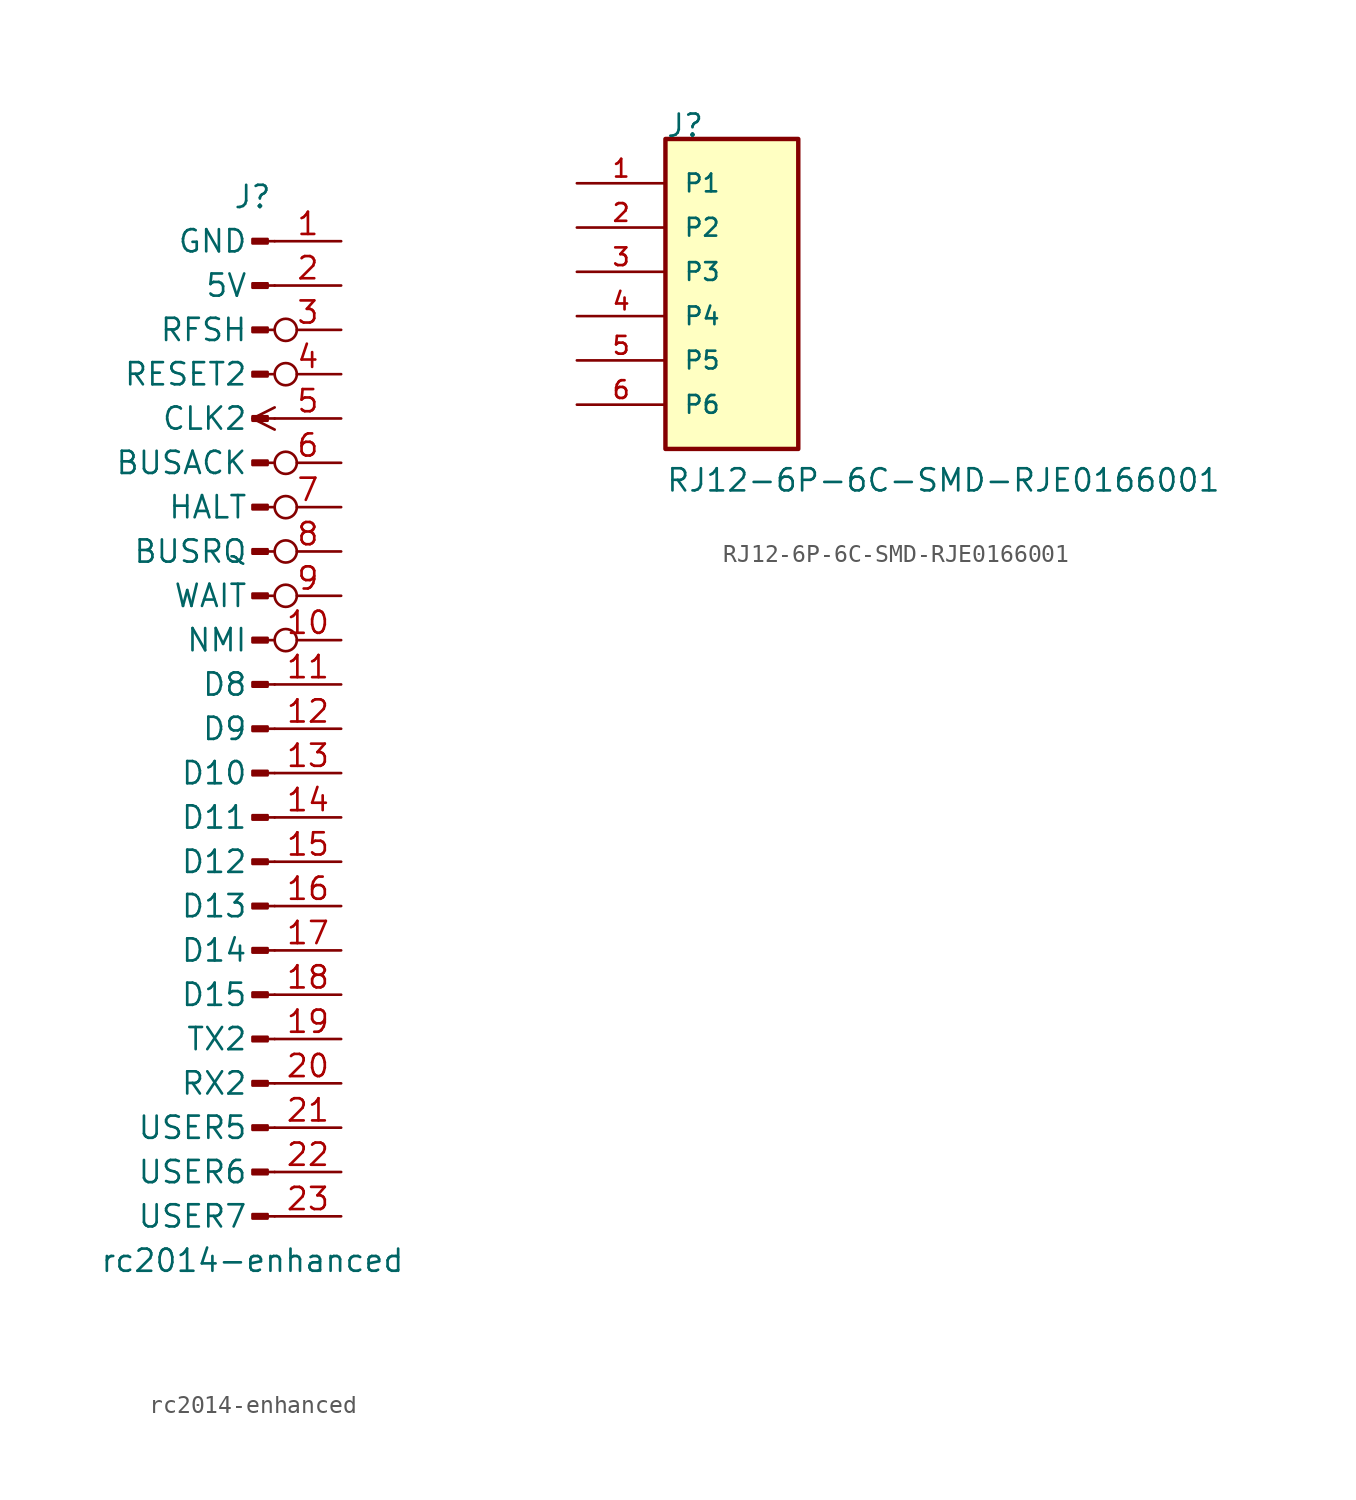
<source format=kicad_sym>
(kicad_symbol_lib
  (version 20220914)
  (generator kicad_symbol_editor)
  (symbol "rc2014-enhanced"
    (pin_names
      (offset 1.524))
    (property "Reference" "J"
      (at 0 30.48 0)
      (effects (font (size 1.27 1.27))))
    (property "Value" "rc2014-enhanced"
      (at 0 -30.48 0)
      (effects (font (size 1.27 1.27))))
    (symbol "rc2014-enhanced_1_1"
      (polyline (pts (xy 1.27 -27.94) (xy 0.864 -27.94)) (stroke (width 0.152) (type default) (color 0 0 0 0)) (fill (type none)))
      (polyline (pts (xy 1.27 -25.4) (xy 0.864 -25.4)) (stroke (width 0.152) (type default) (color 0 0 0 0)) (fill (type none)))
      (polyline (pts (xy 1.27 -22.86) (xy 0.864 -22.86)) (stroke (width 0.152) (type default) (color 0 0 0 0)) (fill (type none)))
      (polyline (pts (xy 1.27 -20.32) (xy 0.864 -20.32)) (stroke (width 0.152) (type default) (color 0 0 0 0)) (fill (type none)))
      (polyline (pts (xy 1.27 -17.78) (xy 0.864 -17.78)) (stroke (width 0.152) (type default) (color 0 0 0 0)) (fill (type none)))
      (polyline (pts (xy 1.27 -15.24) (xy 0.864 -15.24)) (stroke (width 0.152) (type default) (color 0 0 0 0)) (fill (type none)))
      (polyline (pts (xy 1.27 -12.7) (xy 0.864 -12.7)) (stroke (width 0.152) (type default) (color 0 0 0 0)) (fill (type none)))
      (polyline (pts (xy 1.27 -10.16) (xy 0.864 -10.16)) (stroke (width 0.152) (type default) (color 0 0 0 0)) (fill (type none)))
      (polyline (pts (xy 1.27 -7.62) (xy 0.864 -7.62)) (stroke (width 0.152) (type default) (color 0 0 0 0)) (fill (type none)))
      (polyline (pts (xy 1.27 -5.08) (xy 0.864 -5.08)) (stroke (width 0.152) (type default) (color 0 0 0 0)) (fill (type none)))
      (polyline (pts (xy 1.27 -2.54) (xy 0.864 -2.54)) (stroke (width 0.152) (type default) (color 0 0 0 0)) (fill (type none)))
      (polyline (pts (xy 1.27 0) (xy 0.864 0)) (stroke (width 0.152) (type default) (color 0 0 0 0)) (fill (type none)))
      (polyline (pts (xy 1.27 2.54) (xy 0.864 2.54)) (stroke (width 0.152) (type default) (color 0 0 0 0)) (fill (type none)))
      (polyline (pts (xy 1.27 5.08) (xy 0.864 5.08)) (stroke (width 0.152) (type default) (color 0 0 0 0)) (fill (type none)))
      (polyline (pts (xy 1.27 7.62) (xy 0.864 7.62)) (stroke (width 0.152) (type default) (color 0 0 0 0)) (fill (type none)))
      (polyline (pts (xy 1.27 10.16) (xy 0.864 10.16)) (stroke (width 0.152) (type default) (color 0 0 0 0)) (fill (type none)))
      (polyline (pts (xy 1.27 12.7) (xy 0.864 12.7)) (stroke (width 0.152) (type default) (color 0 0 0 0)) (fill (type none)))
      (polyline (pts (xy 1.27 15.24) (xy 0.864 15.24)) (stroke (width 0.152) (type default) (color 0 0 0 0)) (fill (type none)))
      (polyline (pts (xy 1.27 17.78) (xy 0.864 17.78)) (stroke (width 0.152) (type default) (color 0 0 0 0)) (fill (type none)))
      (polyline (pts (xy 1.27 20.32) (xy 0.864 20.32)) (stroke (width 0.152) (type default) (color 0 0 0 0)) (fill (type none)))
      (polyline (pts (xy 1.27 22.86) (xy 0.864 22.86)) (stroke (width 0.152) (type default) (color 0 0 0 0)) (fill (type none)))
      (polyline (pts (xy 1.27 25.4) (xy 0.864 25.4)) (stroke (width 0.152) (type default) (color 0 0 0 0)) (fill (type none)))
      (polyline (pts (xy 1.27 27.94) (xy 0.864 27.94)) (stroke (width 0.152) (type default) (color 0 0 0 0)) (fill (type none)))
      (rectangle (start 0.864 -27.813) (end 0 -28.067) (stroke (width 0.152) (type default) (color 0 0 0 0)) (fill (type outline)))
      (rectangle (start 0.864 -25.273) (end 0 -25.527) (stroke (width 0.152) (type default) (color 0 0 0 0)) (fill (type outline)))
      (rectangle (start 0.864 -22.733) (end 0 -22.987) (stroke (width 0.152) (type default) (color 0 0 0 0)) (fill (type outline)))
      (rectangle (start 0.864 -20.193) (end 0 -20.447) (stroke (width 0.152) (type default) (color 0 0 0 0)) (fill (type outline)))
      (rectangle (start 0.864 -17.653) (end 0 -17.907) (stroke (width 0.152) (type default) (color 0 0 0 0)) (fill (type outline)))
      (rectangle (start 0.864 -15.113) (end 0 -15.367) (stroke (width 0.152) (type default) (color 0 0 0 0)) (fill (type outline)))
      (rectangle (start 0.864 -12.573) (end 0 -12.827) (stroke (width 0.152) (type default) (color 0 0 0 0)) (fill (type outline)))
      (rectangle (start 0.864 -10.033) (end 0 -10.287) (stroke (width 0.152) (type default) (color 0 0 0 0)) (fill (type outline)))
      (rectangle (start 0.864 -7.493) (end 0 -7.747) (stroke (width 0.152) (type default) (color 0 0 0 0)) (fill (type outline)))
      (rectangle (start 0.864 -4.953) (end 0 -5.207) (stroke (width 0.152) (type default) (color 0 0 0 0)) (fill (type outline)))
      (rectangle (start 0.864 -2.413) (end 0 -2.667) (stroke (width 0.152) (type default) (color 0 0 0 0)) (fill (type outline)))
      (rectangle (start 0.864 0.127) (end 0 -0.127) (stroke (width 0.152) (type default) (color 0 0 0 0)) (fill (type outline)))
      (rectangle (start 0.864 2.667) (end 0 2.413) (stroke (width 0.152) (type default) (color 0 0 0 0)) (fill (type outline)))
      (rectangle (start 0.864 5.207) (end 0 4.953) (stroke (width 0.152) (type default) (color 0 0 0 0)) (fill (type outline)))
      (rectangle (start 0.864 7.747) (end 0 7.493) (stroke (width 0.152) (type default) (color 0 0 0 0)) (fill (type outline)))
      (rectangle (start 0.864 10.287) (end 0 10.033) (stroke (width 0.152) (type default) (color 0 0 0 0)) (fill (type outline)))
      (rectangle (start 0.864 12.827) (end 0 12.573) (stroke (width 0.152) (type default) (color 0 0 0 0)) (fill (type outline)))
      (rectangle (start 0.864 15.367) (end 0 15.113) (stroke (width 0.152) (type default) (color 0 0 0 0)) (fill (type outline)))
      (rectangle (start 0.864 17.907) (end 0 17.653) (stroke (width 0.152) (type default) (color 0 0 0 0)) (fill (type outline)))
      (rectangle (start 0.864 20.447) (end 0 20.193) (stroke (width 0.152) (type default) (color 0 0 0 0)) (fill (type outline)))
      (rectangle (start 0.864 22.987) (end 0 22.733) (stroke (width 0.152) (type default) (color 0 0 0 0)) (fill (type outline)))
      (rectangle (start 0.864 25.527) (end 0 25.273) (stroke (width 0.152) (type default) (color 0 0 0 0)) (fill (type outline)))
      (rectangle (start 0.864 28.067) (end 0 27.813) (stroke (width 0.152) (type default) (color 0 0 0 0)) (fill (type outline)))
      (pin passive line (at 5.08 27.94 180) (length 3.81) (name "GND" (effects (font (size 1.27 1.27)))) (number "1" (effects (font (size 1.27 1.27)))))
      (pin output inverted (at 5.08 5.08 180) (length 3.81) (name "NMI" (effects (font (size 1.27 1.27)))) (number "10" (effects (font (size 1.27 1.27)))))
      (pin bidirectional line (at 5.08 2.54 180) (length 3.81) (name "D8" (effects (font (size 1.27 1.27)))) (number "11" (effects (font (size 1.27 1.27)))))
      (pin bidirectional line (at 5.08 0 180) (length 3.81) (name "D9" (effects (font (size 1.27 1.27)))) (number "12" (effects (font (size 1.27 1.27)))))
      (pin bidirectional line (at 5.08 -2.54 180) (length 3.81) (name "D10" (effects (font (size 1.27 1.27)))) (number "13" (effects (font (size 1.27 1.27)))))
      (pin bidirectional line (at 5.08 -5.08 180) (length 3.81) (name "D11" (effects (font (size 1.27 1.27)))) (number "14" (effects (font (size 1.27 1.27)))))
      (pin bidirectional line (at 5.08 -7.62 180) (length 3.81) (name "D12" (effects (font (size 1.27 1.27)))) (number "15" (effects (font (size 1.27 1.27)))))
      (pin bidirectional line (at 5.08 -10.16 180) (length 3.81) (name "D13" (effects (font (size 1.27 1.27)))) (number "16" (effects (font (size 1.27 1.27)))))
      (pin bidirectional line (at 5.08 -12.7 180) (length 3.81) (name "D14" (effects (font (size 1.27 1.27)))) (number "17" (effects (font (size 1.27 1.27)))))
      (pin bidirectional line (at 5.08 -15.24 180) (length 3.81) (name "D15" (effects (font (size 1.27 1.27)))) (number "18" (effects (font (size 1.27 1.27)))))
      (pin input line (at 5.08 -17.78 180) (length 3.81) (name "TX2" (effects (font (size 1.27 1.27)))) (number "19" (effects (font (size 1.27 1.27)))))
      (pin power_out line (at 5.08 25.4 180) (length 3.81) (name "5V" (effects (font (size 1.27 1.27)))) (number "2" (effects (font (size 1.27 1.27)))))
      (pin output line (at 5.08 -20.32 180) (length 3.81) (name "RX2" (effects (font (size 1.27 1.27)))) (number "20" (effects (font (size 1.27 1.27)))))
      (pin bidirectional line (at 5.08 -22.86 180) (length 3.81) (name "USER5" (effects (font (size 1.27 1.27)))) (number "21" (effects (font (size 1.27 1.27)))))
      (pin bidirectional line (at 5.08 -25.4 180) (length 3.81) (name "USER6" (effects (font (size 1.27 1.27)))) (number "22" (effects (font (size 1.27 1.27)))))
      (pin bidirectional line (at 5.08 -27.94 180) (length 3.81) (name "USER7" (effects (font (size 1.27 1.27)))) (number "23" (effects (font (size 1.27 1.27)))))
      (pin input inverted (at 5.08 22.86 180) (length 3.81) (name "RFSH" (effects (font (size 1.27 1.27)))) (number "3" (effects (font (size 1.27 1.27)))))
      (pin bidirectional inverted (at 5.08 20.32 180) (length 3.81) (name "RESET2" (effects (font (size 1.27 1.27)))) (number "4" (effects (font (size 1.27 1.27)))))
      (pin input clock (at 5.08 17.78 180) (length 3.81) (name "CLK2" (effects (font (size 1.27 1.27)))) (number "5" (effects (font (size 1.27 1.27)))))
      (pin input inverted (at 5.08 15.24 180) (length 3.81) (name "BUSACK" (effects (font (size 1.27 1.27)))) (number "6" (effects (font (size 1.27 1.27)))))
      (pin output inverted (at 5.08 12.7 180) (length 3.81) (name "HALT" (effects (font (size 1.27 1.27)))) (number "7" (effects (font (size 1.27 1.27)))))
      (pin output inverted (at 5.08 10.16 180) (length 3.81) (name "BUSRQ" (effects (font (size 1.27 1.27)))) (number "8" (effects (font (size 1.27 1.27)))))
      (pin output inverted (at 5.08 7.62 180) (length 3.81) (name "WAIT" (effects (font (size 1.27 1.27)))) (number "9" (effects (font (size 1.27 1.27)))))))
  (symbol "RJ12-6P-6C-SMD-RJE0166001"
    (pin_names
      (offset 1.016))
    (property "Reference" "J"
      (at -5.08 10.185 0)
      (effects (font (size 1.27 1.27)) (justify left bottom)))
    (property "Value" "RJ12-6P-6C-SMD-RJE0166001"
      (at -5.08 -10.16 0)
      (effects (font (size 1.27 1.27)) (justify left bottom)))
    (symbol "RJ12-6P-6C-SMD-RJE0166001_0_0"
      (rectangle (start -5.08 -7.62) (end 2.54 10.16) (stroke (width 0.254) (type default)) (fill (type background)))
      (pin passive line (at -10.16 7.62 0) (length 5.08) (name "P1" (effects (font (size 1.016 1.016)))) (number "1" (effects (font (size 1.016 1.016)))))
      (pin passive line (at -10.16 5.08 0) (length 5.08) (name "P2" (effects (font (size 1.016 1.016)))) (number "2" (effects (font (size 1.016 1.016)))))
      (pin passive line (at -10.16 2.54 0) (length 5.08) (name "P3" (effects (font (size 1.016 1.016)))) (number "3" (effects (font (size 1.016 1.016)))))
      (pin passive line (at -10.16 0 0) (length 5.08) (name "P4" (effects (font (size 1.016 1.016)))) (number "4" (effects (font (size 1.016 1.016)))))
      (pin passive line (at -10.16 -2.54 0) (length 5.08) (name "P5" (effects (font (size 1.016 1.016)))) (number "5" (effects (font (size 1.016 1.016)))))
      (pin passive line (at -10.16 -5.08 0) (length 5.08) (name "P6" (effects (font (size 1.016 1.016)))) (number "6" (effects (font (size 1.016 1.016))))))))
</source>
